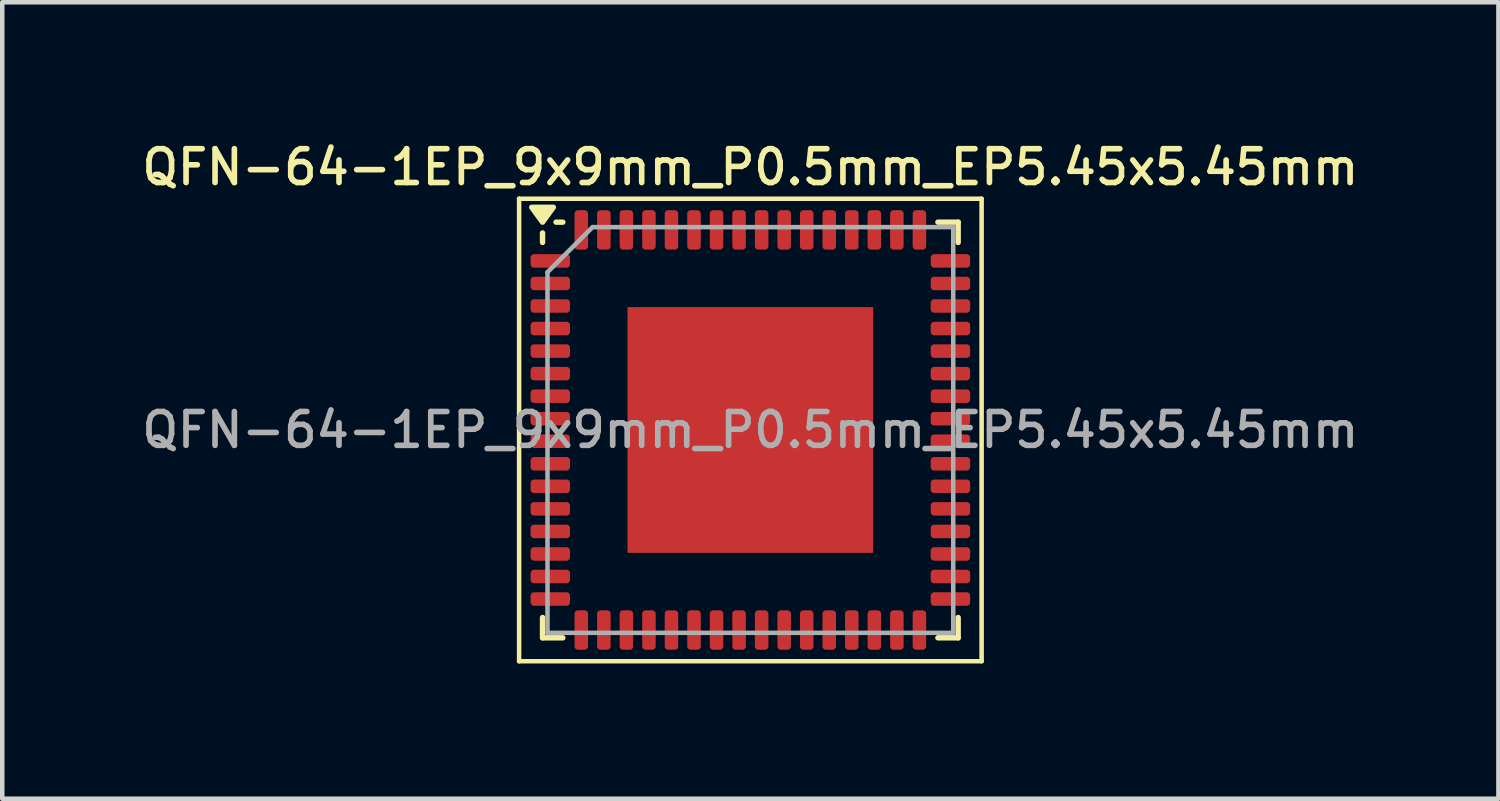
<source format=kicad_pcb>
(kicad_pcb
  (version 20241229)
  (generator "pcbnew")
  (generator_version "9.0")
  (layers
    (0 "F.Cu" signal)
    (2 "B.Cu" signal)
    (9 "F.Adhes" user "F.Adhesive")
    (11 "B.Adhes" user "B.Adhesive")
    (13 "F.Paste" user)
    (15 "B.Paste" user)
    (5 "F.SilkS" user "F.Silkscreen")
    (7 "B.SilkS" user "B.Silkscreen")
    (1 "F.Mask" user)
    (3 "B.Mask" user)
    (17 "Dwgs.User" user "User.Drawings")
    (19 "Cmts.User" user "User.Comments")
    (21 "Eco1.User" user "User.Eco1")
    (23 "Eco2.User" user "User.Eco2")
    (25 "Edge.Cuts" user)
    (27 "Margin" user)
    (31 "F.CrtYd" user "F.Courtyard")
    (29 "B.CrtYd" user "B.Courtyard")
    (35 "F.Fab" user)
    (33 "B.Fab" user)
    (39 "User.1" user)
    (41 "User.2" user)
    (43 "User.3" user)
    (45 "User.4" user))
  (footprint "QFN-64-1EP_9x9mm_P0.5mm_EP5.45x5.45mm"
    (layer "F.Cu")
    (at 13.595 6.488)
    (property "Reference" "QFN-64-1EP_9x9mm_P0.5mm_EP5.45x5.45mm" (at 0 -5.83 0) (layer "F.SilkS") (effects (font (size 0.75 0.75) (thickness 0.125))))
    (attr smd)
    (fp_line (start -5.13 -5.13) (end -5.13 5.13) (stroke (width 0.1) (type solid)) (layer "F.SilkS"))
    (fp_line (start -5.13 5.13) (end 5.13 5.13) (stroke (width 0.1) (type solid)) (layer "F.SilkS"))
    (fp_line (start -4.61 -4.16) (end -4.61 -4.37) (stroke (width 0.12) (type solid)) (layer "F.SilkS"))
    (fp_line (start -4.61 4.61) (end -4.61 4.16) (stroke (width 0.12) (type solid)) (layer "F.SilkS"))
    (fp_line (start -4.16 -4.61) (end -4.31 -4.61) (stroke (width 0.12) (type solid)) (layer "F.SilkS"))
    (fp_line (start -4.16 4.61) (end -4.61 4.61) (stroke (width 0.12) (type solid)) (layer "F.SilkS"))
    (fp_line (start 4.16 -4.61) (end 4.61 -4.61) (stroke (width 0.12) (type solid)) (layer "F.SilkS"))
    (fp_line (start 4.16 4.61) (end 4.61 4.61) (stroke (width 0.12) (type solid)) (layer "F.SilkS"))
    (fp_line (start 4.61 -4.61) (end 4.61 -4.16) (stroke (width 0.12) (type solid)) (layer "F.SilkS"))
    (fp_line (start 4.61 4.61) (end 4.61 4.16) (stroke (width 0.12) (type solid)) (layer "F.SilkS"))
    (fp_line (start 5.13 -5.13) (end -5.13 -5.13) (stroke (width 0.1) (type solid)) (layer "F.SilkS"))
    (fp_line (start 5.13 5.13) (end 5.13 -5.13) (stroke (width 0.1) (type solid)) (layer "F.SilkS"))
    (fp_poly (pts (xy -4.61 -4.61) (xy -4.85 -4.94) (xy -4.37 -4.94) (xy -4.61 -4.61)) (stroke (width 0.12) (type solid)) (fill yes) (layer "F.SilkS"))
    (fp_line (start -4.5 -3.5) (end -3.5 -4.5) (stroke (width 0.1) (type solid)) (layer "F.Fab"))
    (fp_line (start -4.5 4.5) (end -4.5 -3.5) (stroke (width 0.1) (type solid)) (layer "F.Fab"))
    (fp_line (start -3.5 -4.5) (end 4.5 -4.5) (stroke (width 0.1) (type solid)) (layer "F.Fab"))
    (fp_line (start 4.5 -4.5) (end 4.5 4.5) (stroke (width 0.1) (type solid)) (layer "F.Fab"))
    (fp_line (start 4.5 4.5) (end -4.5 4.5) (stroke (width 0.1) (type solid)) (layer "F.Fab"))
    (fp_text user "${REFERENCE}" (at 0 0 0) (layer "F.Fab") (effects (font (size 0.75 0.75) (thickness 0.125))))
    (pad "" smd roundrect (at -2.04 -2.04) (size 1.1 1.1) (layers "F.Paste") (roundrect_rratio 0.227))
    (pad "" smd roundrect (at -2.04 -0.68) (size 1.1 1.1) (layers "F.Paste") (roundrect_rratio 0.227))
    (pad "" smd roundrect (at -2.04 0.68) (size 1.1 1.1) (layers "F.Paste") (roundrect_rratio 0.227))
    (pad "" smd roundrect (at -2.04 2.04) (size 1.1 1.1) (layers "F.Paste") (roundrect_rratio 0.227))
    (pad "" smd roundrect (at -0.68 -2.04) (size 1.1 1.1) (layers "F.Paste") (roundrect_rratio 0.227))
    (pad "" smd roundrect (at -0.68 -0.68) (size 1.1 1.1) (layers "F.Paste") (roundrect_rratio 0.227))
    (pad "" smd roundrect (at -0.68 0.68) (size 1.1 1.1) (layers "F.Paste") (roundrect_rratio 0.227))
    (pad "" smd roundrect (at -0.68 2.04) (size 1.1 1.1) (layers "F.Paste") (roundrect_rratio 0.227))
    (pad "" smd roundrect (at 0.68 -2.04) (size 1.1 1.1) (layers "F.Paste") (roundrect_rratio 0.227))
    (pad "" smd roundrect (at 0.68 -0.68) (size 1.1 1.1) (layers "F.Paste") (roundrect_rratio 0.227))
    (pad "" smd roundrect (at 0.68 0.68) (size 1.1 1.1) (layers "F.Paste") (roundrect_rratio 0.227))
    (pad "" smd roundrect (at 0.68 2.04) (size 1.1 1.1) (layers "F.Paste") (roundrect_rratio 0.227))
    (pad "" smd roundrect (at 2.04 -2.04) (size 1.1 1.1) (layers "F.Paste") (roundrect_rratio 0.227))
    (pad "" smd roundrect (at 2.04 -0.68) (size 1.1 1.1) (layers "F.Paste") (roundrect_rratio 0.227))
    (pad "" smd roundrect (at 2.04 0.68) (size 1.1 1.1) (layers "F.Paste") (roundrect_rratio 0.227))
    (pad "" smd roundrect (at 2.04 2.04) (size 1.1 1.1) (layers "F.Paste") (roundrect_rratio 0.227))
    (pad "1" smd roundrect (at -4.438 -3.75) (size 0.875 0.3) (layers "F.Cu" "F.Mask" "F.Paste") (roundrect_rratio 0.25))
    (pad "2" smd roundrect (at -4.438 -3.25) (size 0.875 0.3) (layers "F.Cu" "F.Mask" "F.Paste") (roundrect_rratio 0.25))
    (pad "3" smd roundrect (at -4.438 -2.75) (size 0.875 0.3) (layers "F.Cu" "F.Mask" "F.Paste") (roundrect_rratio 0.25))
    (pad "4" smd roundrect (at -4.438 -2.25) (size 0.875 0.3) (layers "F.Cu" "F.Mask" "F.Paste") (roundrect_rratio 0.25))
    (pad "5" smd roundrect (at -4.438 -1.75) (size 0.875 0.3) (layers "F.Cu" "F.Mask" "F.Paste") (roundrect_rratio 0.25))
    (pad "6" smd roundrect (at -4.438 -1.25) (size 0.875 0.3) (layers "F.Cu" "F.Mask" "F.Paste") (roundrect_rratio 0.25))
    (pad "7" smd roundrect (at -4.438 -0.75) (size 0.875 0.3) (layers "F.Cu" "F.Mask" "F.Paste") (roundrect_rratio 0.25))
    (pad "8" smd roundrect (at -4.438 -0.25) (size 0.875 0.3) (layers "F.Cu" "F.Mask" "F.Paste") (roundrect_rratio 0.25))
    (pad "9" smd roundrect (at -4.438 0.25) (size 0.875 0.3) (layers "F.Cu" "F.Mask" "F.Paste") (roundrect_rratio 0.25))
    (pad "10" smd roundrect (at -4.438 0.75) (size 0.875 0.3) (layers "F.Cu" "F.Mask" "F.Paste") (roundrect_rratio 0.25))
    (pad "11" smd roundrect (at -4.438 1.25) (size 0.875 0.3) (layers "F.Cu" "F.Mask" "F.Paste") (roundrect_rratio 0.25))
    (pad "12" smd roundrect (at -4.438 1.75) (size 0.875 0.3) (layers "F.Cu" "F.Mask" "F.Paste") (roundrect_rratio 0.25))
    (pad "13" smd roundrect (at -4.438 2.25) (size 0.875 0.3) (layers "F.Cu" "F.Mask" "F.Paste") (roundrect_rratio 0.25))
    (pad "14" smd roundrect (at -4.438 2.75) (size 0.875 0.3) (layers "F.Cu" "F.Mask" "F.Paste") (roundrect_rratio 0.25))
    (pad "15" smd roundrect (at -4.438 3.25) (size 0.875 0.3) (layers "F.Cu" "F.Mask" "F.Paste") (roundrect_rratio 0.25))
    (pad "16" smd roundrect (at -4.438 3.75) (size 0.875 0.3) (layers "F.Cu" "F.Mask" "F.Paste") (roundrect_rratio 0.25))
    (pad "17" smd roundrect (at -3.75 4.438) (size 0.3 0.875) (layers "F.Cu" "F.Mask" "F.Paste") (roundrect_rratio 0.25))
    (pad "18" smd roundrect (at -3.25 4.438) (size 0.3 0.875) (layers "F.Cu" "F.Mask" "F.Paste") (roundrect_rratio 0.25))
    (pad "19" smd roundrect (at -2.75 4.438) (size 0.3 0.875) (layers "F.Cu" "F.Mask" "F.Paste") (roundrect_rratio 0.25))
    (pad "20" smd roundrect (at -2.25 4.438) (size 0.3 0.875) (layers "F.Cu" "F.Mask" "F.Paste") (roundrect_rratio 0.25))
    (pad "21" smd roundrect (at -1.75 4.438) (size 0.3 0.875) (layers "F.Cu" "F.Mask" "F.Paste") (roundrect_rratio 0.25))
    (pad "22" smd roundrect (at -1.25 4.438) (size 0.3 0.875) (layers "F.Cu" "F.Mask" "F.Paste") (roundrect_rratio 0.25))
    (pad "23" smd roundrect (at -0.75 4.438) (size 0.3 0.875) (layers "F.Cu" "F.Mask" "F.Paste") (roundrect_rratio 0.25))
    (pad "24" smd roundrect (at -0.25 4.438) (size 0.3 0.875) (layers "F.Cu" "F.Mask" "F.Paste") (roundrect_rratio 0.25))
    (pad "25" smd roundrect (at 0.25 4.438) (size 0.3 0.875) (layers "F.Cu" "F.Mask" "F.Paste") (roundrect_rratio 0.25))
    (pad "26" smd roundrect (at 0.75 4.438) (size 0.3 0.875) (layers "F.Cu" "F.Mask" "F.Paste") (roundrect_rratio 0.25))
    (pad "27" smd roundrect (at 1.25 4.438) (size 0.3 0.875) (layers "F.Cu" "F.Mask" "F.Paste") (roundrect_rratio 0.25))
    (pad "28" smd roundrect (at 1.75 4.438) (size 0.3 0.875) (layers "F.Cu" "F.Mask" "F.Paste") (roundrect_rratio 0.25))
    (pad "29" smd roundrect (at 2.25 4.438) (size 0.3 0.875) (layers "F.Cu" "F.Mask" "F.Paste") (roundrect_rratio 0.25))
    (pad "30" smd roundrect (at 2.75 4.438) (size 0.3 0.875) (layers "F.Cu" "F.Mask" "F.Paste") (roundrect_rratio 0.25))
    (pad "31" smd roundrect (at 3.25 4.438) (size 0.3 0.875) (layers "F.Cu" "F.Mask" "F.Paste") (roundrect_rratio 0.25))
    (pad "32" smd roundrect (at 3.75 4.438) (size 0.3 0.875) (layers "F.Cu" "F.Mask" "F.Paste") (roundrect_rratio 0.25))
    (pad "33" smd roundrect (at 4.438 3.75) (size 0.875 0.3) (layers "F.Cu" "F.Mask" "F.Paste") (roundrect_rratio 0.25))
    (pad "34" smd roundrect (at 4.438 3.25) (size 0.875 0.3) (layers "F.Cu" "F.Mask" "F.Paste") (roundrect_rratio 0.25))
    (pad "35" smd roundrect (at 4.438 2.75) (size 0.875 0.3) (layers "F.Cu" "F.Mask" "F.Paste") (roundrect_rratio 0.25))
    (pad "36" smd roundrect (at 4.438 2.25) (size 0.875 0.3) (layers "F.Cu" "F.Mask" "F.Paste") (roundrect_rratio 0.25))
    (pad "37" smd roundrect (at 4.438 1.75) (size 0.875 0.3) (layers "F.Cu" "F.Mask" "F.Paste") (roundrect_rratio 0.25))
    (pad "38" smd roundrect (at 4.438 1.25) (size 0.875 0.3) (layers "F.Cu" "F.Mask" "F.Paste") (roundrect_rratio 0.25))
    (pad "39" smd roundrect (at 4.438 0.75) (size 0.875 0.3) (layers "F.Cu" "F.Mask" "F.Paste") (roundrect_rratio 0.25))
    (pad "40" smd roundrect (at 4.438 0.25) (size 0.875 0.3) (layers "F.Cu" "F.Mask" "F.Paste") (roundrect_rratio 0.25))
    (pad "41" smd roundrect (at 4.438 -0.25) (size 0.875 0.3) (layers "F.Cu" "F.Mask" "F.Paste") (roundrect_rratio 0.25))
    (pad "42" smd roundrect (at 4.438 -0.75) (size 0.875 0.3) (layers "F.Cu" "F.Mask" "F.Paste") (roundrect_rratio 0.25))
    (pad "43" smd roundrect (at 4.438 -1.25) (size 0.875 0.3) (layers "F.Cu" "F.Mask" "F.Paste") (roundrect_rratio 0.25))
    (pad "44" smd roundrect (at 4.438 -1.75) (size 0.875 0.3) (layers "F.Cu" "F.Mask" "F.Paste") (roundrect_rratio 0.25))
    (pad "45" smd roundrect (at 4.438 -2.25) (size 0.875 0.3) (layers "F.Cu" "F.Mask" "F.Paste") (roundrect_rratio 0.25))
    (pad "46" smd roundrect (at 4.438 -2.75) (size 0.875 0.3) (layers "F.Cu" "F.Mask" "F.Paste") (roundrect_rratio 0.25))
    (pad "47" smd roundrect (at 4.438 -3.25) (size 0.875 0.3) (layers "F.Cu" "F.Mask" "F.Paste") (roundrect_rratio 0.25))
    (pad "48" smd roundrect (at 4.438 -3.75) (size 0.875 0.3) (layers "F.Cu" "F.Mask" "F.Paste") (roundrect_rratio 0.25))
    (pad "49" smd roundrect (at 3.75 -4.438) (size 0.3 0.875) (layers "F.Cu" "F.Mask" "F.Paste") (roundrect_rratio 0.25))
    (pad "50" smd roundrect (at 3.25 -4.438) (size 0.3 0.875) (layers "F.Cu" "F.Mask" "F.Paste") (roundrect_rratio 0.25))
    (pad "51" smd roundrect (at 2.75 -4.438) (size 0.3 0.875) (layers "F.Cu" "F.Mask" "F.Paste") (roundrect_rratio 0.25))
    (pad "52" smd roundrect (at 2.25 -4.438) (size 0.3 0.875) (layers "F.Cu" "F.Mask" "F.Paste") (roundrect_rratio 0.25))
    (pad "53" smd roundrect (at 1.75 -4.438) (size 0.3 0.875) (layers "F.Cu" "F.Mask" "F.Paste") (roundrect_rratio 0.25))
    (pad "54" smd roundrect (at 1.25 -4.438) (size 0.3 0.875) (layers "F.Cu" "F.Mask" "F.Paste") (roundrect_rratio 0.25))
    (pad "55" smd roundrect (at 0.75 -4.438) (size 0.3 0.875) (layers "F.Cu" "F.Mask" "F.Paste") (roundrect_rratio 0.25))
    (pad "56" smd roundrect (at 0.25 -4.438) (size 0.3 0.875) (layers "F.Cu" "F.Mask" "F.Paste") (roundrect_rratio 0.25))
    (pad "57" smd roundrect (at -0.25 -4.438) (size 0.3 0.875) (layers "F.Cu" "F.Mask" "F.Paste") (roundrect_rratio 0.25))
    (pad "58" smd roundrect (at -0.75 -4.438) (size 0.3 0.875) (layers "F.Cu" "F.Mask" "F.Paste") (roundrect_rratio 0.25))
    (pad "59" smd roundrect (at -1.25 -4.438) (size 0.3 0.875) (layers "F.Cu" "F.Mask" "F.Paste") (roundrect_rratio 0.25))
    (pad "60" smd roundrect (at -1.75 -4.438) (size 0.3 0.875) (layers "F.Cu" "F.Mask" "F.Paste") (roundrect_rratio 0.25))
    (pad "61" smd roundrect (at -2.25 -4.438) (size 0.3 0.875) (layers "F.Cu" "F.Mask" "F.Paste") (roundrect_rratio 0.25))
    (pad "62" smd roundrect (at -2.75 -4.438) (size 0.3 0.875) (layers "F.Cu" "F.Mask" "F.Paste") (roundrect_rratio 0.25))
    (pad "63" smd roundrect (at -3.25 -4.438) (size 0.3 0.875) (layers "F.Cu" "F.Mask" "F.Paste") (roundrect_rratio 0.25))
    (pad "64" smd roundrect (at -3.75 -4.438) (size 0.3 0.875) (layers "F.Cu" "F.Mask" "F.Paste") (roundrect_rratio 0.25))
    (pad "65" smd rect (at 0 0) (size 5.45 5.45) (property pad_prop_heatsink) (layers "F.Cu" "F.Mask")))
  (gr_rect
    (start -3 -3)
    (end 30.189 14.668)
    (stroke (width 0.1) (type default))
    (fill no)
    (layer "Edge.Cuts")))
</source>
